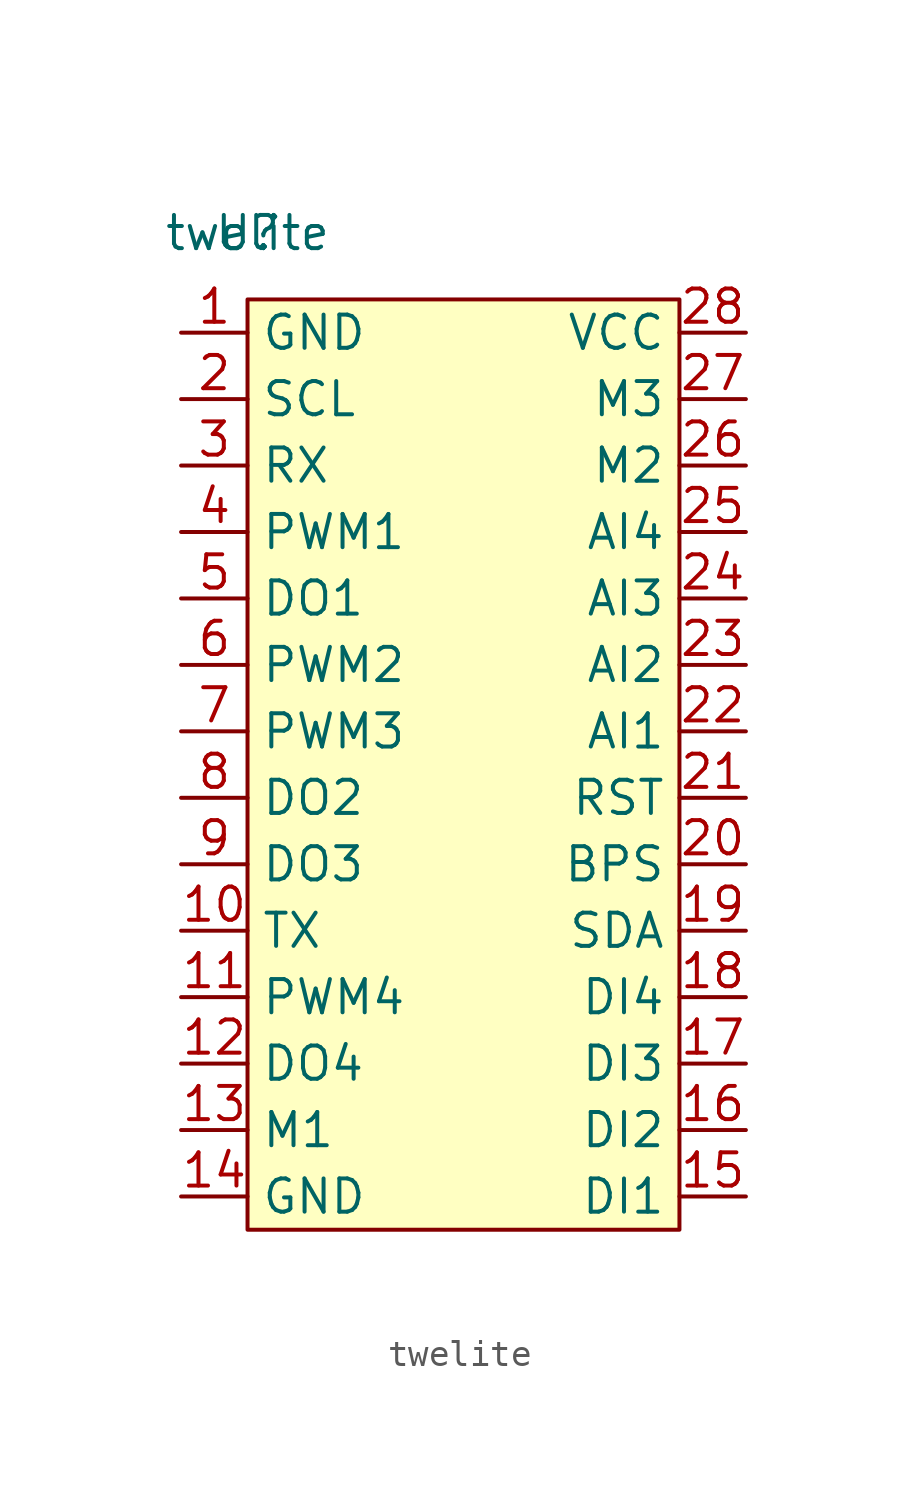
<source format=kicad_sym>
(kicad_symbol_lib
  (version 20211014)
  (generator kicad_symbol_editor)
  (symbol "twelite"
    (property "Reference" "U"
      (at -20.32 -3.81 0)
      (effects (font (size 1.27 1.27))))
    (property "Value" "twelite"
      (at -20.32 -3.81 0)
      (effects (font (size 1.27 1.27))))
    (symbol "twelite_0_1"
      (rectangle (start -20.32 -6.35) (end -3.81 -41.91) (stroke (width 0) (type default) (color 0 0 0 0)) (fill (type background))))
    (symbol "twelite_1_1"
      (pin power_in line (at -22.86 -7.62 0) (length 2.54) (name "GND" (effects (font (size 1.27 1.27)))) (number "1" (effects (font (size 1.27 1.27)))))
      (pin passive line (at -22.86 -30.48 0) (length 2.54) (name "TX" (effects (font (size 1.27 1.27)))) (number "10" (effects (font (size 1.27 1.27)))))
      (pin passive line (at -22.86 -33.02 0) (length 2.54) (name "PWM4" (effects (font (size 1.27 1.27)))) (number "11" (effects (font (size 1.27 1.27)))))
      (pin passive line (at -22.86 -35.56 0) (length 2.54) (name "DO4" (effects (font (size 1.27 1.27)))) (number "12" (effects (font (size 1.27 1.27)))))
      (pin passive line (at -22.86 -38.1 0) (length 2.54) (name "M1" (effects (font (size 1.27 1.27)))) (number "13" (effects (font (size 1.27 1.27)))))
      (pin power_in line (at -22.86 -40.64 0) (length 2.54) (name "GND" (effects (font (size 1.27 1.27)))) (number "14" (effects (font (size 1.27 1.27)))))
      (pin passive line (at -1.27 -40.64 180) (length 2.54) (name "DI1" (effects (font (size 1.27 1.27)))) (number "15" (effects (font (size 1.27 1.27)))))
      (pin passive line (at -1.27 -38.1 180) (length 2.54) (name "DI2" (effects (font (size 1.27 1.27)))) (number "16" (effects (font (size 1.27 1.27)))))
      (pin passive line (at -1.27 -35.56 180) (length 2.54) (name "DI3" (effects (font (size 1.27 1.27)))) (number "17" (effects (font (size 1.27 1.27)))))
      (pin passive line (at -1.27 -33.02 180) (length 2.54) (name "DI4" (effects (font (size 1.27 1.27)))) (number "18" (effects (font (size 1.27 1.27)))))
      (pin passive line (at -1.27 -30.48 180) (length 2.54) (name "SDA" (effects (font (size 1.27 1.27)))) (number "19" (effects (font (size 1.27 1.27)))))
      (pin passive line (at -22.86 -10.16 0) (length 2.54) (name "SCL" (effects (font (size 1.27 1.27)))) (number "2" (effects (font (size 1.27 1.27)))))
      (pin passive line (at -1.27 -27.94 180) (length 2.54) (name "BPS" (effects (font (size 1.27 1.27)))) (number "20" (effects (font (size 1.27 1.27)))))
      (pin passive line (at -1.27 -25.4 180) (length 2.54) (name "RST" (effects (font (size 1.27 1.27)))) (number "21" (effects (font (size 1.27 1.27)))))
      (pin passive line (at -1.27 -22.86 180) (length 2.54) (name "AI1" (effects (font (size 1.27 1.27)))) (number "22" (effects (font (size 1.27 1.27)))))
      (pin passive line (at -1.27 -20.32 180) (length 2.54) (name "AI2" (effects (font (size 1.27 1.27)))) (number "23" (effects (font (size 1.27 1.27)))))
      (pin passive line (at -1.27 -17.78 180) (length 2.54) (name "AI3" (effects (font (size 1.27 1.27)))) (number "24" (effects (font (size 1.27 1.27)))))
      (pin passive line (at -1.27 -15.24 180) (length 2.54) (name "AI4" (effects (font (size 1.27 1.27)))) (number "25" (effects (font (size 1.27 1.27)))))
      (pin passive line (at -1.27 -12.7 180) (length 2.54) (name "M2" (effects (font (size 1.27 1.27)))) (number "26" (effects (font (size 1.27 1.27)))))
      (pin passive line (at -1.27 -10.16 180) (length 2.54) (name "M3" (effects (font (size 1.27 1.27)))) (number "27" (effects (font (size 1.27 1.27)))))
      (pin power_in line (at -1.27 -7.62 180) (length 2.54) (name "VCC" (effects (font (size 1.27 1.27)))) (number "28" (effects (font (size 1.27 1.27)))))
      (pin passive line (at -22.86 -12.7 0) (length 2.54) (name "RX" (effects (font (size 1.27 1.27)))) (number "3" (effects (font (size 1.27 1.27)))))
      (pin passive line (at -22.86 -15.24 0) (length 2.54) (name "PWM1" (effects (font (size 1.27 1.27)))) (number "4" (effects (font (size 1.27 1.27)))))
      (pin passive line (at -22.86 -17.78 0) (length 2.54) (name "DO1" (effects (font (size 1.27 1.27)))) (number "5" (effects (font (size 1.27 1.27)))))
      (pin passive line (at -22.86 -20.32 0) (length 2.54) (name "PWM2" (effects (font (size 1.27 1.27)))) (number "6" (effects (font (size 1.27 1.27)))))
      (pin passive line (at -22.86 -22.86 0) (length 2.54) (name "PWM3" (effects (font (size 1.27 1.27)))) (number "7" (effects (font (size 1.27 1.27)))))
      (pin passive line (at -22.86 -25.4 0) (length 2.54) (name "DO2" (effects (font (size 1.27 1.27)))) (number "8" (effects (font (size 1.27 1.27)))))
      (pin passive line (at -22.86 -27.94 0) (length 2.54) (name "DO3" (effects (font (size 1.27 1.27)))) (number "9" (effects (font (size 1.27 1.27))))))))
</source>
